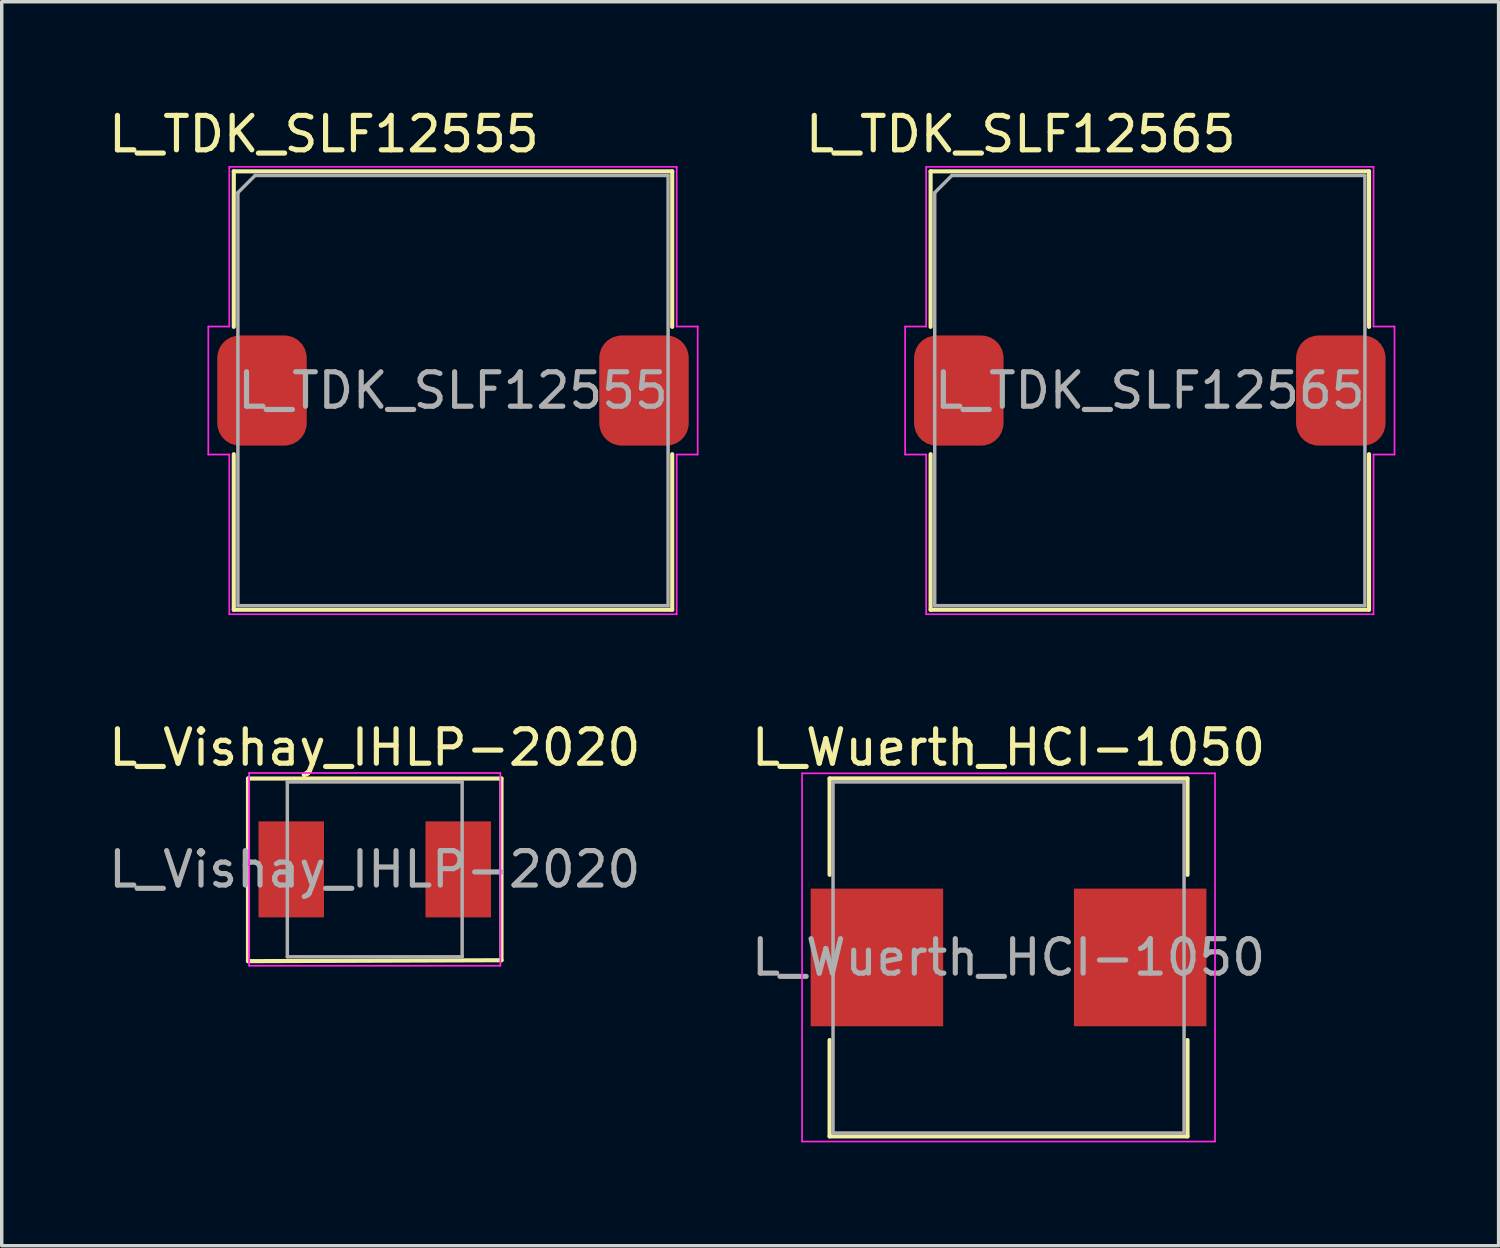
<source format=kicad_pcb>
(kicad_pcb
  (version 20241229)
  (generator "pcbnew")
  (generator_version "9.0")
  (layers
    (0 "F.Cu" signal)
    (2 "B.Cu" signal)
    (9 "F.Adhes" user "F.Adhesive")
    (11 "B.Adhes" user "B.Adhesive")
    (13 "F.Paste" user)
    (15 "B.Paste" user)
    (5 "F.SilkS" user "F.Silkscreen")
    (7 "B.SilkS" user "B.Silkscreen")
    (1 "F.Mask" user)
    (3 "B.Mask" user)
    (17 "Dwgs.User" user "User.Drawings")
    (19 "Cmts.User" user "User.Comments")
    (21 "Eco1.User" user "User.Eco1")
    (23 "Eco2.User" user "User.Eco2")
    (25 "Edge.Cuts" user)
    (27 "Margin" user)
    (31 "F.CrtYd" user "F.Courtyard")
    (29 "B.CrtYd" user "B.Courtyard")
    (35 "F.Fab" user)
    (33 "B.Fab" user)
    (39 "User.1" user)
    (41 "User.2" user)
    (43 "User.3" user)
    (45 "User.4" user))
  (footprint "L_Vishay_IHLP-2020"
    (layer "F.Cu")
    (at 7.839 22.212)
    (property "Reference" "L_Vishay_IHLP-2020" (at 0 -3.54 0) (layer "F.SilkS") (effects (font (size 1 1) (thickness 0.15))))
    (attr smd)
    (fp_line (start -3.683 -2.64) (end -3.683 2.667) (stroke (width 0.12) (type solid)) (layer "F.SilkS"))
    (fp_line (start -3.683 -2.64) (end 3.683 -2.64) (stroke (width 0.12) (type solid)) (layer "F.SilkS"))
    (fp_line (start -3.683 2.667) (end 3.683 2.64) (stroke (width 0.12) (type solid)) (layer "F.SilkS"))
    (fp_line (start 3.683 -2.64) (end 3.683 2.64) (stroke (width 0.12) (type solid)) (layer "F.SilkS"))
    (fp_line (start -3.65 -2.8) (end -3.65 2.8) (stroke (width 0.05) (type solid)) (layer "F.CrtYd"))
    (fp_line (start -3.65 2.8) (end 3.65 2.8) (stroke (width 0.05) (type solid)) (layer "F.CrtYd"))
    (fp_line (start 3.65 -2.8) (end -3.65 -2.8) (stroke (width 0.05) (type solid)) (layer "F.CrtYd"))
    (fp_line (start 3.65 2.8) (end 3.65 -2.8) (stroke (width 0.05) (type solid)) (layer "F.CrtYd"))
    (fp_line (start -2.54 -2.54) (end -2.54 2.54) (stroke (width 0.1) (type solid)) (layer "F.Fab"))
    (fp_line (start -2.54 2.54) (end 2.54 2.54) (stroke (width 0.1) (type solid)) (layer "F.Fab"))
    (fp_line (start 2.54 -2.54) (end -2.54 -2.54) (stroke (width 0.1) (type solid)) (layer "F.Fab"))
    (fp_line (start 2.54 2.54) (end 2.54 -2.54) (stroke (width 0.1) (type solid)) (layer "F.Fab"))
    (fp_text user "${REFERENCE}" (at 0 0 0) (layer "F.Fab") (effects (font (size 1 1) (thickness 0.15))))
    (pad "1" smd rect (at -2.426 0) (size 1.903 2.79) (layers "F.Cu" "F.Mask" "F.Paste"))
    (pad "2" smd rect (at 2.426 0) (size 1.903 2.79) (layers "F.Cu" "F.Mask" "F.Paste")))
  (footprint "L_TDK_SLF12555"
    (layer "F.Cu")
    (at 10.113 8.298)
    (property "Reference" "L_TDK_SLF12555" (at -3.75 -7.45 0) (layer "F.SilkS") (effects (font (size 1 1) (thickness 0.15))))
    (attr smd)
    (fp_line (start -6.37 -6.37) (end -6.37 -1.85) (stroke (width 0.12) (type solid)) (layer "F.SilkS"))
    (fp_line (start -6.37 -6.37) (end 6.37 -6.37) (stroke (width 0.12) (type solid)) (layer "F.SilkS"))
    (fp_line (start -6.37 1.85) (end -6.37 6.37) (stroke (width 0.12) (type solid)) (layer "F.SilkS"))
    (fp_line (start -6.37 6.37) (end 6.37 6.37) (stroke (width 0.12) (type solid)) (layer "F.SilkS"))
    (fp_line (start 6.37 -6.37) (end 6.37 -1.85) (stroke (width 0.12) (type solid)) (layer "F.SilkS"))
    (fp_line (start 6.37 1.85) (end 6.37 6.37) (stroke (width 0.12) (type solid)) (layer "F.SilkS"))
    (fp_line (start -7.11 -1.86) (end -7.11 1.86) (stroke (width 0.05) (type solid)) (layer "F.CrtYd"))
    (fp_line (start -7.11 1.86) (end -6.5 1.86) (stroke (width 0.05) (type solid)) (layer "F.CrtYd"))
    (fp_line (start -6.5 -6.5) (end -6.5 -1.86) (stroke (width 0.05) (type solid)) (layer "F.CrtYd"))
    (fp_line (start -6.5 -6.5) (end 6.5 -6.5) (stroke (width 0.05) (type solid)) (layer "F.CrtYd"))
    (fp_line (start -6.5 -1.86) (end -7.11 -1.86) (stroke (width 0.05) (type solid)) (layer "F.CrtYd"))
    (fp_line (start -6.5 1.86) (end -6.5 6.5) (stroke (width 0.05) (type solid)) (layer "F.CrtYd"))
    (fp_line (start -6.5 6.5) (end 6.5 6.5) (stroke (width 0.05) (type solid)) (layer "F.CrtYd"))
    (fp_line (start 6.5 -6.5) (end 6.5 -1.86) (stroke (width 0.05) (type solid)) (layer "F.CrtYd"))
    (fp_line (start 6.5 -1.86) (end 7.11 -1.86) (stroke (width 0.05) (type solid)) (layer "F.CrtYd"))
    (fp_line (start 6.5 1.86) (end 6.5 6.5) (stroke (width 0.05) (type solid)) (layer "F.CrtYd"))
    (fp_line (start 7.11 -1.86) (end 7.11 1.86) (stroke (width 0.05) (type solid)) (layer "F.CrtYd"))
    (fp_line (start 7.11 1.86) (end 6.5 1.86) (stroke (width 0.05) (type solid)) (layer "F.CrtYd"))
    (fp_line (start -6.25 -5.75) (end -5.75 -6.25) (stroke (width 0.1) (type solid)) (layer "F.Fab"))
    (fp_line (start -6.25 6.25) (end -6.25 -5.75) (stroke (width 0.1) (type solid)) (layer "F.Fab"))
    (fp_line (start -5.75 -6.25) (end 6.25 -6.25) (stroke (width 0.1) (type solid)) (layer "F.Fab"))
    (fp_line (start 6.25 -6.25) (end 6.25 6.25) (stroke (width 0.1) (type solid)) (layer "F.Fab"))
    (fp_line (start 6.25 6.25) (end -6.25 6.25) (stroke (width 0.1) (type solid)) (layer "F.Fab"))
    (fp_text user "${REFERENCE}" (at 0 0 0) (layer "F.Fab") (effects (font (size 1 1) (thickness 0.15))))
    (pad "1" smd roundrect (at -5.55 0) (size 2.6 3.2) (layers "F.Cu" "F.Mask" "F.Paste") (roundrect_rratio 0.25))
    (pad "2" smd roundrect (at 5.55 0) (size 2.6 3.2) (layers "F.Cu" "F.Mask" "F.Paste") (roundrect_rratio 0.25)))
  (footprint "L_TDK_SLF12565"
    (layer "F.Cu")
    (at 30.361 8.298)
    (property "Reference" "L_TDK_SLF12565" (at -3.75 -7.45 0) (layer "F.SilkS") (effects (font (size 1 1) (thickness 0.15))))
    (attr smd)
    (fp_line (start -6.37 -6.37) (end -6.37 -1.85) (stroke (width 0.12) (type solid)) (layer "F.SilkS"))
    (fp_line (start -6.37 -6.37) (end 6.37 -6.37) (stroke (width 0.12) (type solid)) (layer "F.SilkS"))
    (fp_line (start -6.37 1.85) (end -6.37 6.37) (stroke (width 0.12) (type solid)) (layer "F.SilkS"))
    (fp_line (start -6.37 6.37) (end 6.37 6.37) (stroke (width 0.12) (type solid)) (layer "F.SilkS"))
    (fp_line (start 6.37 -6.37) (end 6.37 -1.85) (stroke (width 0.12) (type solid)) (layer "F.SilkS"))
    (fp_line (start 6.37 1.85) (end 6.37 6.37) (stroke (width 0.12) (type solid)) (layer "F.SilkS"))
    (fp_line (start -7.11 -1.86) (end -7.11 1.86) (stroke (width 0.05) (type solid)) (layer "F.CrtYd"))
    (fp_line (start -7.11 1.86) (end -6.5 1.86) (stroke (width 0.05) (type solid)) (layer "F.CrtYd"))
    (fp_line (start -6.5 -6.5) (end -6.5 -1.86) (stroke (width 0.05) (type solid)) (layer "F.CrtYd"))
    (fp_line (start -6.5 -6.5) (end 6.5 -6.5) (stroke (width 0.05) (type solid)) (layer "F.CrtYd"))
    (fp_line (start -6.5 -1.86) (end -7.11 -1.86) (stroke (width 0.05) (type solid)) (layer "F.CrtYd"))
    (fp_line (start -6.5 1.86) (end -6.5 6.5) (stroke (width 0.05) (type solid)) (layer "F.CrtYd"))
    (fp_line (start -6.5 6.5) (end 6.5 6.5) (stroke (width 0.05) (type solid)) (layer "F.CrtYd"))
    (fp_line (start 6.5 -6.5) (end 6.5 -1.86) (stroke (width 0.05) (type solid)) (layer "F.CrtYd"))
    (fp_line (start 6.5 -1.86) (end 7.11 -1.86) (stroke (width 0.05) (type solid)) (layer "F.CrtYd"))
    (fp_line (start 6.5 1.86) (end 6.5 6.5) (stroke (width 0.05) (type solid)) (layer "F.CrtYd"))
    (fp_line (start 7.11 -1.86) (end 7.11 1.86) (stroke (width 0.05) (type solid)) (layer "F.CrtYd"))
    (fp_line (start 7.11 1.86) (end 6.5 1.86) (stroke (width 0.05) (type solid)) (layer "F.CrtYd"))
    (fp_line (start -6.25 -5.75) (end -5.75 -6.25) (stroke (width 0.1) (type solid)) (layer "F.Fab"))
    (fp_line (start -6.25 6.25) (end -6.25 -5.75) (stroke (width 0.1) (type solid)) (layer "F.Fab"))
    (fp_line (start -5.75 -6.25) (end 6.25 -6.25) (stroke (width 0.1) (type solid)) (layer "F.Fab"))
    (fp_line (start 6.25 -6.25) (end 6.25 6.25) (stroke (width 0.1) (type solid)) (layer "F.Fab"))
    (fp_line (start 6.25 6.25) (end -6.25 6.25) (stroke (width 0.1) (type solid)) (layer "F.Fab"))
    (fp_text user "${REFERENCE}" (at 0 0 0) (layer "F.Fab") (effects (font (size 1 1) (thickness 0.15))))
    (pad "1" smd roundrect (at -5.55 0) (size 2.6 3.2) (layers "F.Cu" "F.Mask" "F.Paste") (roundrect_rratio 0.25))
    (pad "2" smd roundrect (at 5.55 0) (size 2.6 3.2) (layers "F.Cu" "F.Mask" "F.Paste") (roundrect_rratio 0.25)))
  (footprint "L_Wuerth_HCI-1050"
    (layer "F.Cu")
    (at 26.256 24.771)
    (property "Reference" "L_Wuerth_HCI-1050" (at 0 -6.1 0) (layer "F.SilkS") (effects (font (size 1 1) (thickness 0.15))))
    (attr smd)
    (fp_line (start -5.2 -5.2) (end 5.2 -5.2) (stroke (width 0.12) (type solid)) (layer "F.SilkS"))
    (fp_line (start -5.2 -2.4) (end -5.2 -5.2) (stroke (width 0.12) (type solid)) (layer "F.SilkS"))
    (fp_line (start -5.2 2.4) (end -5.2 5.2) (stroke (width 0.12) (type solid)) (layer "F.SilkS"))
    (fp_line (start -5.2 5.2) (end 5.2 5.2) (stroke (width 0.12) (type solid)) (layer "F.SilkS"))
    (fp_line (start 5.2 -5.2) (end 5.2 -2.4) (stroke (width 0.12) (type solid)) (layer "F.SilkS"))
    (fp_line (start 5.2 5.2) (end 5.2 2.4) (stroke (width 0.12) (type solid)) (layer "F.SilkS"))
    (fp_line (start -6 -5.35) (end -6 5.35) (stroke (width 0.05) (type solid)) (layer "F.CrtYd"))
    (fp_line (start -6 5.35) (end 6 5.35) (stroke (width 0.05) (type solid)) (layer "F.CrtYd"))
    (fp_line (start 6 -5.35) (end -6 -5.35) (stroke (width 0.05) (type solid)) (layer "F.CrtYd"))
    (fp_line (start 6 5.35) (end 6 -5.35) (stroke (width 0.05) (type solid)) (layer "F.CrtYd"))
    (fp_line (start -5.1 -5.1) (end -5.1 5.1) (stroke (width 0.1) (type solid)) (layer "F.Fab"))
    (fp_line (start -5.1 5.1) (end 5.1 5.1) (stroke (width 0.1) (type solid)) (layer "F.Fab"))
    (fp_line (start 5.1 -5.1) (end -5.1 -5.1) (stroke (width 0.1) (type solid)) (layer "F.Fab"))
    (fp_line (start 5.1 5.1) (end 5.1 -5.1) (stroke (width 0.1) (type solid)) (layer "F.Fab"))
    (fp_text user "${REFERENCE}" (at 0 0 0) (layer "F.Fab") (effects (font (size 1 1) (thickness 0.15))))
    (pad "1" smd rect (at -3.825 0) (size 3.85 4) (layers "F.Cu" "F.Mask" "F.Paste"))
    (pad "2" smd rect (at 3.825 0) (size 3.85 4) (layers "F.Cu" "F.Mask" "F.Paste")))
  (gr_rect
    (start -3 -3)
    (end 40.496 33.147)
    (stroke (width 0.1) (type default))
    (fill no)
    (layer "Edge.Cuts")))
</source>
